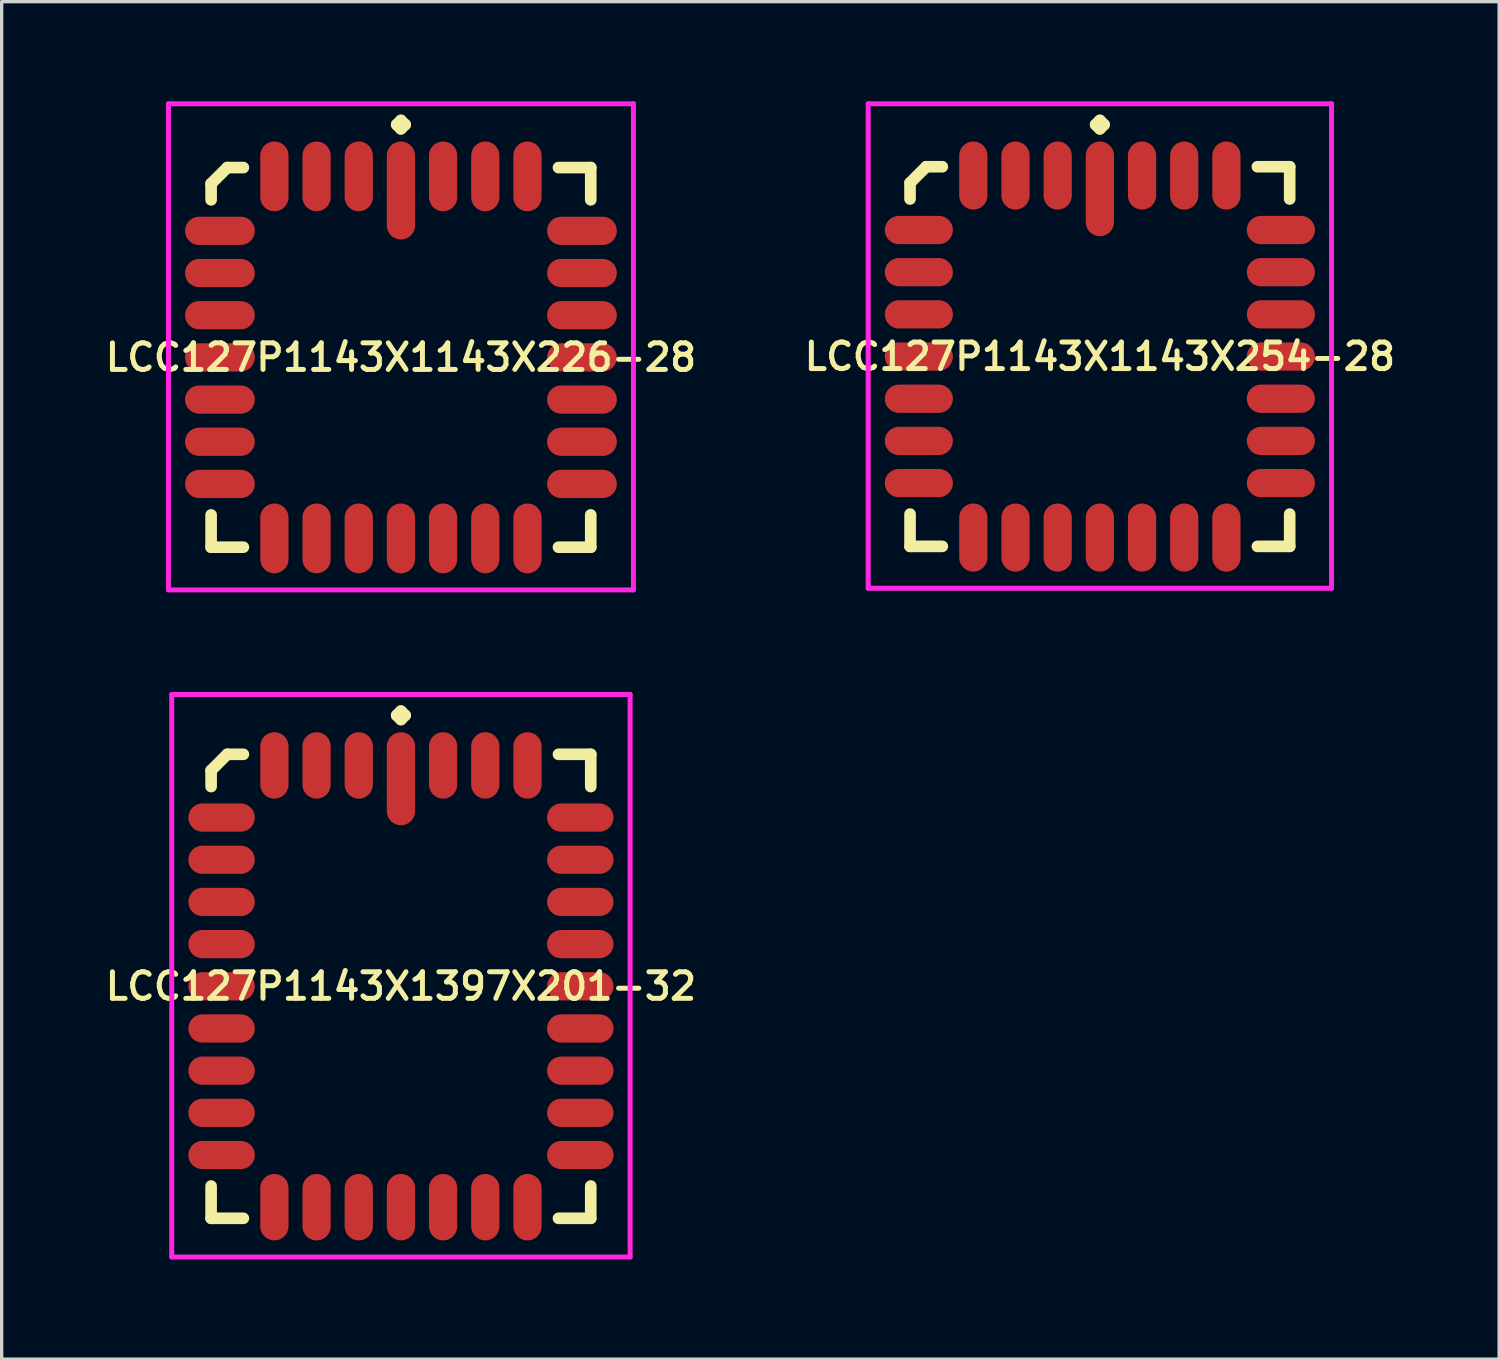
<source format=kicad_pcb>
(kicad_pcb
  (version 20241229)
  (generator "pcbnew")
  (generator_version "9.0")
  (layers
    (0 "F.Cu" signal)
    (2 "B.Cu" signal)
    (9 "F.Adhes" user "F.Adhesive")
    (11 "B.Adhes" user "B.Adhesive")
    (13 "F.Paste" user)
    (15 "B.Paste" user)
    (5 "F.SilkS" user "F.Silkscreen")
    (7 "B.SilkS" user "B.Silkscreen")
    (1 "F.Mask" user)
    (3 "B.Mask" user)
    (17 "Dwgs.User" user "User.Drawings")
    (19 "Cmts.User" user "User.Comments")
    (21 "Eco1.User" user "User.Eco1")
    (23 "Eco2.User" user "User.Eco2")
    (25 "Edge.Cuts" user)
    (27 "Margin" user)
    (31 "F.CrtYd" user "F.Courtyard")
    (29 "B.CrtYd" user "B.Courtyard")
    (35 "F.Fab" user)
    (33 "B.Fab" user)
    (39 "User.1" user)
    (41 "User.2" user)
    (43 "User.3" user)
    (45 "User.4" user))
  (footprint "LCC127P1143X1397X201-32"
    (layer "F.Cu")
    (at 9.021 26.645)
    (property "Reference" "LCC127P1143X1397X201-32" (at 0 0 0) (layer "F.SilkS") (effects (font (size 0.8 0.8) (thickness 0.15))))
    (attr smd)
    (fp_line (start -5.715 -6.499) (end -5.229 -6.985) (stroke (width 0.35) (type solid)) (layer "F.SilkS"))
    (fp_line (start -5.715 -6.013) (end -5.715 -6.499) (stroke (width 0.35) (type solid)) (layer "F.SilkS"))
    (fp_line (start -5.715 6.013) (end -5.715 6.985) (stroke (width 0.35) (type solid)) (layer "F.SilkS"))
    (fp_line (start -5.715 6.985) (end -4.743 6.985) (stroke (width 0.35) (type solid)) (layer "F.SilkS"))
    (fp_line (start -5.229 -6.985) (end -4.743 -6.985) (stroke (width 0.35) (type solid)) (layer "F.SilkS"))
    (fp_line (start -0.127 -8.158) (end 0 -8.285) (stroke (width 0.35) (type solid)) (layer "F.SilkS"))
    (fp_line (start 0 -8.285) (end 0.127 -8.158) (stroke (width 0.35) (type solid)) (layer "F.SilkS"))
    (fp_line (start 0 -8.031) (end -0.127 -8.158) (stroke (width 0.35) (type solid)) (layer "F.SilkS"))
    (fp_line (start 0.127 -8.158) (end 0 -8.031) (stroke (width 0.35) (type solid)) (layer "F.SilkS"))
    (fp_line (start 5.715 -6.985) (end 4.743 -6.985) (stroke (width 0.35) (type solid)) (layer "F.SilkS"))
    (fp_line (start 5.715 -6.013) (end 5.715 -6.985) (stroke (width 0.35) (type solid)) (layer "F.SilkS"))
    (fp_line (start 5.715 6.013) (end 5.715 6.985) (stroke (width 0.35) (type solid)) (layer "F.SilkS"))
    (fp_line (start 5.715 6.985) (end 4.743 6.985) (stroke (width 0.35) (type solid)) (layer "F.SilkS"))
    (fp_line (start -6.9 -8.785) (end 6.9 -8.785) (stroke (width 0.15) (type solid)) (layer "F.CrtYd"))
    (fp_line (start -6.9 8.15) (end -6.9 -8.785) (stroke (width 0.15) (type solid)) (layer "F.CrtYd"))
    (fp_line (start 6.9 -8.785) (end 6.9 8.15) (stroke (width 0.15) (type solid)) (layer "F.CrtYd"))
    (fp_line (start 6.9 8.15) (end -6.9 8.15) (stroke (width 0.15) (type solid)) (layer "F.CrtYd"))
    (pad "1" smd oval (at 0 -6.25) (size 0.85 2.8) (layers "F.Cu" "F.Mask" "F.Paste"))
    (pad "2" smd oval (at -1.27 -6.65) (size 0.85 2) (layers "F.Cu" "F.Mask" "F.Paste"))
    (pad "3" smd oval (at -2.54 -6.65) (size 0.85 2) (layers "F.Cu" "F.Mask" "F.Paste"))
    (pad "4" smd oval (at -3.81 -6.65) (size 0.85 2) (layers "F.Cu" "F.Mask" "F.Paste"))
    (pad "5" smd oval (at -5.4 -5.08) (size 2 0.85) (layers "F.Cu" "F.Mask" "F.Paste"))
    (pad "6" smd oval (at -5.4 -3.81) (size 2 0.85) (layers "F.Cu" "F.Mask" "F.Paste"))
    (pad "7" smd oval (at -5.4 -2.54) (size 2 0.85) (layers "F.Cu" "F.Mask" "F.Paste"))
    (pad "8" smd oval (at -5.4 -1.27) (size 2 0.85) (layers "F.Cu" "F.Mask" "F.Paste"))
    (pad "9" smd oval (at -5.4 0) (size 2 0.85) (layers "F.Cu" "F.Mask" "F.Paste"))
    (pad "10" smd oval (at -5.4 1.27) (size 2 0.85) (layers "F.Cu" "F.Mask" "F.Paste"))
    (pad "11" smd oval (at -5.4 2.54) (size 2 0.85) (layers "F.Cu" "F.Mask" "F.Paste"))
    (pad "12" smd oval (at -5.4 3.81) (size 2 0.85) (layers "F.Cu" "F.Mask" "F.Paste"))
    (pad "13" smd oval (at -5.4 5.08) (size 2 0.85) (layers "F.Cu" "F.Mask" "F.Paste"))
    (pad "14" smd oval (at -3.81 6.65) (size 0.85 2) (layers "F.Cu" "F.Mask" "F.Paste"))
    (pad "15" smd oval (at -2.54 6.65) (size 0.85 2) (layers "F.Cu" "F.Mask" "F.Paste"))
    (pad "16" smd oval (at -1.27 6.65) (size 0.85 2) (layers "F.Cu" "F.Mask" "F.Paste"))
    (pad "17" smd oval (at 0 6.65) (size 0.85 2) (layers "F.Cu" "F.Mask" "F.Paste"))
    (pad "18" smd oval (at 1.27 6.65) (size 0.85 2) (layers "F.Cu" "F.Mask" "F.Paste"))
    (pad "19" smd oval (at 2.54 6.65) (size 0.85 2) (layers "F.Cu" "F.Mask" "F.Paste"))
    (pad "20" smd oval (at 3.81 6.65) (size 0.85 2) (layers "F.Cu" "F.Mask" "F.Paste"))
    (pad "21" smd oval (at 5.4 5.08) (size 2 0.85) (layers "F.Cu" "F.Mask" "F.Paste"))
    (pad "22" smd oval (at 5.4 3.81) (size 2 0.85) (layers "F.Cu" "F.Mask" "F.Paste"))
    (pad "23" smd oval (at 5.4 2.54) (size 2 0.85) (layers "F.Cu" "F.Mask" "F.Paste"))
    (pad "24" smd oval (at 5.4 1.27) (size 2 0.85) (layers "F.Cu" "F.Mask" "F.Paste"))
    (pad "25" smd oval (at 5.4 0) (size 2 0.85) (layers "F.Cu" "F.Mask" "F.Paste"))
    (pad "26" smd oval (at 5.4 -1.27) (size 2 0.85) (layers "F.Cu" "F.Mask" "F.Paste"))
    (pad "27" smd oval (at 5.4 -2.54) (size 2 0.85) (layers "F.Cu" "F.Mask" "F.Paste"))
    (pad "28" smd oval (at 5.4 -3.81) (size 2 0.85) (layers "F.Cu" "F.Mask" "F.Paste"))
    (pad "29" smd oval (at 5.4 -5.08) (size 2 0.85) (layers "F.Cu" "F.Mask" "F.Paste"))
    (pad "30" smd oval (at 3.81 -6.65) (size 0.85 2) (layers "F.Cu" "F.Mask" "F.Paste"))
    (pad "31" smd oval (at 2.54 -6.65) (size 0.85 2) (layers "F.Cu" "F.Mask" "F.Paste"))
    (pad "32" smd oval (at 1.27 -6.65) (size 0.85 2) (layers "F.Cu" "F.Mask" "F.Paste")))
  (footprint "LCC127P1143X1143X254-28"
    (layer "F.Cu")
    (at 30.064 7.685)
    (property "Reference" "LCC127P1143X1143X254-28" (at 0 0 0) (layer "F.SilkS") (effects (font (size 0.8 0.8) (thickness 0.15))))
    (attr smd)
    (fp_line (start -5.715 -5.229) (end -5.229 -5.715) (stroke (width 0.35) (type solid)) (layer "F.SilkS"))
    (fp_line (start -5.715 -4.743) (end -5.715 -5.229) (stroke (width 0.35) (type solid)) (layer "F.SilkS"))
    (fp_line (start -5.715 4.743) (end -5.715 5.715) (stroke (width 0.35) (type solid)) (layer "F.SilkS"))
    (fp_line (start -5.715 5.715) (end -4.743 5.715) (stroke (width 0.35) (type solid)) (layer "F.SilkS"))
    (fp_line (start -5.229 -5.715) (end -4.743 -5.715) (stroke (width 0.35) (type solid)) (layer "F.SilkS"))
    (fp_line (start -0.127 -6.983) (end 0 -7.11) (stroke (width 0.35) (type solid)) (layer "F.SilkS"))
    (fp_line (start 0 -7.11) (end 0.127 -6.983) (stroke (width 0.35) (type solid)) (layer "F.SilkS"))
    (fp_line (start 0 -6.856) (end -0.127 -6.983) (stroke (width 0.35) (type solid)) (layer "F.SilkS"))
    (fp_line (start 0.127 -6.983) (end 0 -6.856) (stroke (width 0.35) (type solid)) (layer "F.SilkS"))
    (fp_line (start 5.715 -5.715) (end 4.743 -5.715) (stroke (width 0.35) (type solid)) (layer "F.SilkS"))
    (fp_line (start 5.715 -4.743) (end 5.715 -5.715) (stroke (width 0.35) (type solid)) (layer "F.SilkS"))
    (fp_line (start 5.715 4.743) (end 5.715 5.715) (stroke (width 0.35) (type solid)) (layer "F.SilkS"))
    (fp_line (start 5.715 5.715) (end 4.743 5.715) (stroke (width 0.35) (type solid)) (layer "F.SilkS"))
    (fp_line (start -6.975 -7.61) (end 6.975 -7.61) (stroke (width 0.15) (type solid)) (layer "F.CrtYd"))
    (fp_line (start -6.975 6.975) (end -6.975 -7.61) (stroke (width 0.15) (type solid)) (layer "F.CrtYd"))
    (fp_line (start 6.975 -7.61) (end 6.975 6.975) (stroke (width 0.15) (type solid)) (layer "F.CrtYd"))
    (fp_line (start 6.975 6.975) (end -6.975 6.975) (stroke (width 0.15) (type solid)) (layer "F.CrtYd"))
    (pad "1" smd oval (at 0 -5.05) (size 0.85 2.85) (layers "F.Cu" "F.Mask" "F.Paste"))
    (pad "2" smd oval (at -1.27 -5.45) (size 0.85 2.05) (layers "F.Cu" "F.Mask" "F.Paste"))
    (pad "3" smd oval (at -2.54 -5.45) (size 0.85 2.05) (layers "F.Cu" "F.Mask" "F.Paste"))
    (pad "4" smd oval (at -3.81 -5.45) (size 0.85 2.05) (layers "F.Cu" "F.Mask" "F.Paste"))
    (pad "5" smd oval (at -5.45 -3.81) (size 2.05 0.85) (layers "F.Cu" "F.Mask" "F.Paste"))
    (pad "6" smd oval (at -5.45 -2.54) (size 2.05 0.85) (layers "F.Cu" "F.Mask" "F.Paste"))
    (pad "7" smd oval (at -5.45 -1.27) (size 2.05 0.85) (layers "F.Cu" "F.Mask" "F.Paste"))
    (pad "8" smd oval (at -5.45 0) (size 2.05 0.85) (layers "F.Cu" "F.Mask" "F.Paste"))
    (pad "9" smd oval (at -5.45 1.27) (size 2.05 0.85) (layers "F.Cu" "F.Mask" "F.Paste"))
    (pad "10" smd oval (at -5.45 2.54) (size 2.05 0.85) (layers "F.Cu" "F.Mask" "F.Paste"))
    (pad "11" smd oval (at -5.45 3.81) (size 2.05 0.85) (layers "F.Cu" "F.Mask" "F.Paste"))
    (pad "12" smd oval (at -3.81 5.45) (size 0.85 2.05) (layers "F.Cu" "F.Mask" "F.Paste"))
    (pad "13" smd oval (at -2.54 5.45) (size 0.85 2.05) (layers "F.Cu" "F.Mask" "F.Paste"))
    (pad "14" smd oval (at -1.27 5.45) (size 0.85 2.05) (layers "F.Cu" "F.Mask" "F.Paste"))
    (pad "15" smd oval (at 0 5.45) (size 0.85 2.05) (layers "F.Cu" "F.Mask" "F.Paste"))
    (pad "16" smd oval (at 1.27 5.45) (size 0.85 2.05) (layers "F.Cu" "F.Mask" "F.Paste"))
    (pad "17" smd oval (at 2.54 5.45) (size 0.85 2.05) (layers "F.Cu" "F.Mask" "F.Paste"))
    (pad "18" smd oval (at 3.81 5.45) (size 0.85 2.05) (layers "F.Cu" "F.Mask" "F.Paste"))
    (pad "19" smd oval (at 5.45 3.81) (size 2.05 0.85) (layers "F.Cu" "F.Mask" "F.Paste"))
    (pad "20" smd oval (at 5.45 2.54) (size 2.05 0.85) (layers "F.Cu" "F.Mask" "F.Paste"))
    (pad "21" smd oval (at 5.45 1.27) (size 2.05 0.85) (layers "F.Cu" "F.Mask" "F.Paste"))
    (pad "22" smd oval (at 5.45 0) (size 2.05 0.85) (layers "F.Cu" "F.Mask" "F.Paste"))
    (pad "23" smd oval (at 5.45 -1.27) (size 2.05 0.85) (layers "F.Cu" "F.Mask" "F.Paste"))
    (pad "24" smd oval (at 5.45 -2.54) (size 2.05 0.85) (layers "F.Cu" "F.Mask" "F.Paste"))
    (pad "25" smd oval (at 5.45 -3.81) (size 2.05 0.85) (layers "F.Cu" "F.Mask" "F.Paste"))
    (pad "26" smd oval (at 3.81 -5.45) (size 0.85 2.05) (layers "F.Cu" "F.Mask" "F.Paste"))
    (pad "27" smd oval (at 2.54 -5.45) (size 0.85 2.05) (layers "F.Cu" "F.Mask" "F.Paste"))
    (pad "28" smd oval (at 1.27 -5.45) (size 0.85 2.05) (layers "F.Cu" "F.Mask" "F.Paste")))
  (footprint "LCC127P1143X1143X226-28"
    (layer "F.Cu")
    (at 9.021 7.71)
    (property "Reference" "LCC127P1143X1143X226-28" (at 0 0 0) (layer "F.SilkS") (effects (font (size 0.8 0.8) (thickness 0.15))))
    (attr smd)
    (fp_line (start -5.715 -5.229) (end -5.229 -5.715) (stroke (width 0.35) (type solid)) (layer "F.SilkS"))
    (fp_line (start -5.715 -4.743) (end -5.715 -5.229) (stroke (width 0.35) (type solid)) (layer "F.SilkS"))
    (fp_line (start -5.715 4.743) (end -5.715 5.715) (stroke (width 0.35) (type solid)) (layer "F.SilkS"))
    (fp_line (start -5.715 5.715) (end -4.743 5.715) (stroke (width 0.35) (type solid)) (layer "F.SilkS"))
    (fp_line (start -5.229 -5.715) (end -4.743 -5.715) (stroke (width 0.35) (type solid)) (layer "F.SilkS"))
    (fp_line (start -0.127 -7.008) (end 0 -7.135) (stroke (width 0.35) (type solid)) (layer "F.SilkS"))
    (fp_line (start 0 -7.135) (end 0.127 -7.008) (stroke (width 0.35) (type solid)) (layer "F.SilkS"))
    (fp_line (start 0 -6.881) (end -0.127 -7.008) (stroke (width 0.35) (type solid)) (layer "F.SilkS"))
    (fp_line (start 0.127 -7.008) (end 0 -6.881) (stroke (width 0.35) (type solid)) (layer "F.SilkS"))
    (fp_line (start 5.715 -5.715) (end 4.743 -5.715) (stroke (width 0.35) (type solid)) (layer "F.SilkS"))
    (fp_line (start 5.715 -4.743) (end 5.715 -5.715) (stroke (width 0.35) (type solid)) (layer "F.SilkS"))
    (fp_line (start 5.715 4.743) (end 5.715 5.715) (stroke (width 0.35) (type solid)) (layer "F.SilkS"))
    (fp_line (start 5.715 5.715) (end 4.743 5.715) (stroke (width 0.35) (type solid)) (layer "F.SilkS"))
    (fp_line (start -7 -7.635) (end 7 -7.635) (stroke (width 0.15) (type solid)) (layer "F.CrtYd"))
    (fp_line (start -7 7) (end -7 -7.635) (stroke (width 0.15) (type solid)) (layer "F.CrtYd"))
    (fp_line (start 7 -7.635) (end 7 7) (stroke (width 0.15) (type solid)) (layer "F.CrtYd"))
    (fp_line (start 7 7) (end -7 7) (stroke (width 0.15) (type solid)) (layer "F.CrtYd"))
    (pad "1" smd oval (at 0 -5.025) (size 0.85 2.95) (layers "F.Cu" "F.Mask" "F.Paste"))
    (pad "2" smd oval (at -1.27 -5.45) (size 0.85 2.1) (layers "F.Cu" "F.Mask" "F.Paste"))
    (pad "3" smd oval (at -2.54 -5.45) (size 0.85 2.1) (layers "F.Cu" "F.Mask" "F.Paste"))
    (pad "4" smd oval (at -3.81 -5.45) (size 0.85 2.1) (layers "F.Cu" "F.Mask" "F.Paste"))
    (pad "5" smd oval (at -5.45 -3.81) (size 2.1 0.85) (layers "F.Cu" "F.Mask" "F.Paste"))
    (pad "6" smd oval (at -5.45 -2.54) (size 2.1 0.85) (layers "F.Cu" "F.Mask" "F.Paste"))
    (pad "7" smd oval (at -5.45 -1.27) (size 2.1 0.85) (layers "F.Cu" "F.Mask" "F.Paste"))
    (pad "8" smd oval (at -5.45 0) (size 2.1 0.85) (layers "F.Cu" "F.Mask" "F.Paste"))
    (pad "9" smd oval (at -5.45 1.27) (size 2.1 0.85) (layers "F.Cu" "F.Mask" "F.Paste"))
    (pad "10" smd oval (at -5.45 2.54) (size 2.1 0.85) (layers "F.Cu" "F.Mask" "F.Paste"))
    (pad "11" smd oval (at -5.45 3.81) (size 2.1 0.85) (layers "F.Cu" "F.Mask" "F.Paste"))
    (pad "12" smd oval (at -3.81 5.45) (size 0.85 2.1) (layers "F.Cu" "F.Mask" "F.Paste"))
    (pad "13" smd oval (at -2.54 5.45) (size 0.85 2.1) (layers "F.Cu" "F.Mask" "F.Paste"))
    (pad "14" smd oval (at -1.27 5.45) (size 0.85 2.1) (layers "F.Cu" "F.Mask" "F.Paste"))
    (pad "15" smd oval (at 0 5.45) (size 0.85 2.1) (layers "F.Cu" "F.Mask" "F.Paste"))
    (pad "16" smd oval (at 1.27 5.45) (size 0.85 2.1) (layers "F.Cu" "F.Mask" "F.Paste"))
    (pad "17" smd oval (at 2.54 5.45) (size 0.85 2.1) (layers "F.Cu" "F.Mask" "F.Paste"))
    (pad "18" smd oval (at 3.81 5.45) (size 0.85 2.1) (layers "F.Cu" "F.Mask" "F.Paste"))
    (pad "19" smd oval (at 5.45 3.81) (size 2.1 0.85) (layers "F.Cu" "F.Mask" "F.Paste"))
    (pad "20" smd oval (at 5.45 2.54) (size 2.1 0.85) (layers "F.Cu" "F.Mask" "F.Paste"))
    (pad "21" smd oval (at 5.45 1.27) (size 2.1 0.85) (layers "F.Cu" "F.Mask" "F.Paste"))
    (pad "22" smd oval (at 5.45 0) (size 2.1 0.85) (layers "F.Cu" "F.Mask" "F.Paste"))
    (pad "23" smd oval (at 5.45 -1.27) (size 2.1 0.85) (layers "F.Cu" "F.Mask" "F.Paste"))
    (pad "24" smd oval (at 5.45 -2.54) (size 2.1 0.85) (layers "F.Cu" "F.Mask" "F.Paste"))
    (pad "25" smd oval (at 5.45 -3.81) (size 2.1 0.85) (layers "F.Cu" "F.Mask" "F.Paste"))
    (pad "26" smd oval (at 3.81 -5.45) (size 0.85 2.1) (layers "F.Cu" "F.Mask" "F.Paste"))
    (pad "27" smd oval (at 2.54 -5.45) (size 0.85 2.1) (layers "F.Cu" "F.Mask" "F.Paste"))
    (pad "28" smd oval (at 1.27 -5.45) (size 0.85 2.1) (layers "F.Cu" "F.Mask" "F.Paste")))
  (gr_rect
    (start -3 -3)
    (end 42.085 37.87)
    (stroke (width 0.1) (type default))
    (fill no)
    (layer "Edge.Cuts")))
</source>
